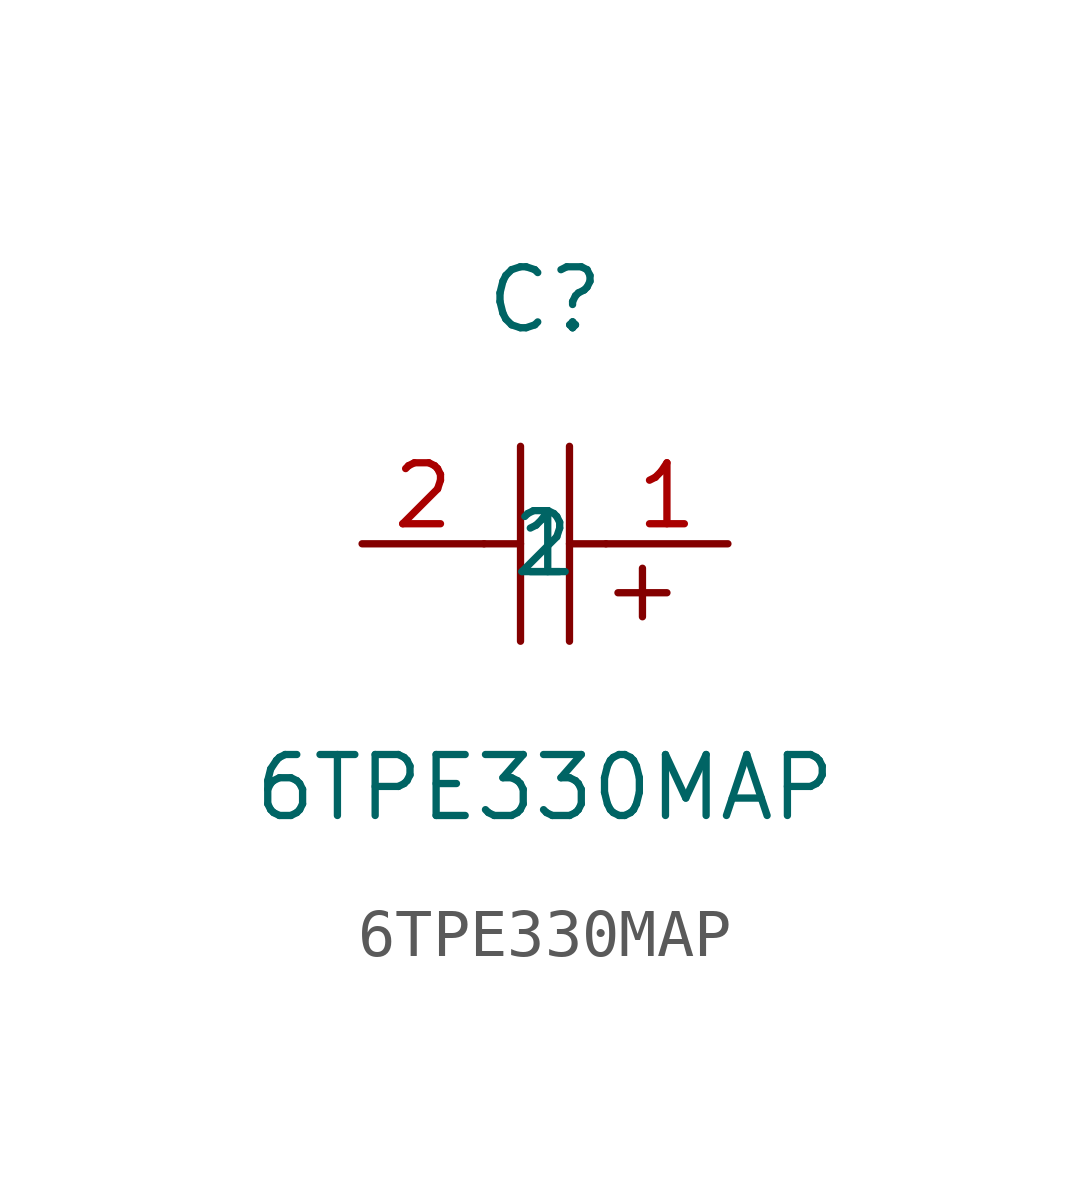
<source format=kicad_sym>
(kicad_symbol_lib
  (version 20211014)
  (generator https://github.com/uPesy/easyeda2kicad.py)
  (symbol "6TPE330MAP"
    (property "Reference" "C"
      (at 0 5.08 0)
      (effects (font (size 1.27 1.27))))
    (property "Value" "6TPE330MAP"
      (at 0 -5.08 0)
      (effects (font (size 1.27 1.27))))
    (symbol "6TPE330MAP_0_1"
      (polyline (pts (xy 0.51 -2.03) (xy 0.51 2.03)) (stroke (width 0) (type default) (color 0 0 0 0)) (fill (type none)))
      (polyline (pts (xy -0.51 -2.03) (xy -0.51 2.03)) (stroke (width 0) (type default) (color 0 0 0 0)) (fill (type none)))
      (polyline (pts (xy 1.27 -0.00) (xy 0.51 -0.00)) (stroke (width 0) (type default) (color 0 0 0 0)) (fill (type none)))
      (polyline (pts (xy -0.51 -0.00) (xy -1.27 -0.00)) (stroke (width 0) (type default) (color 0 0 0 0)) (fill (type none)))
      (polyline (pts (xy 2.54 -1.02) (xy 1.52 -1.02)) (stroke (width 0) (type default) (color 0 0 0 0)) (fill (type none)))
      (polyline (pts (xy 2.03 -1.52) (xy 2.03 -0.51)) (stroke (width 0) (type default) (color 0 0 0 0)) (fill (type none)))
      (pin input line (at 3.81 -0.00 180) (length 2.54) (name "1" (effects (font (size 1.27 1.27)))) (number "1" (effects (font (size 1.27 1.27)))))
      (pin input line (at -3.81 -0.00 0) (length 2.54) (name "2" (effects (font (size 1.27 1.27)))) (number "2" (effects (font (size 1.27 1.27))))))))
</source>
